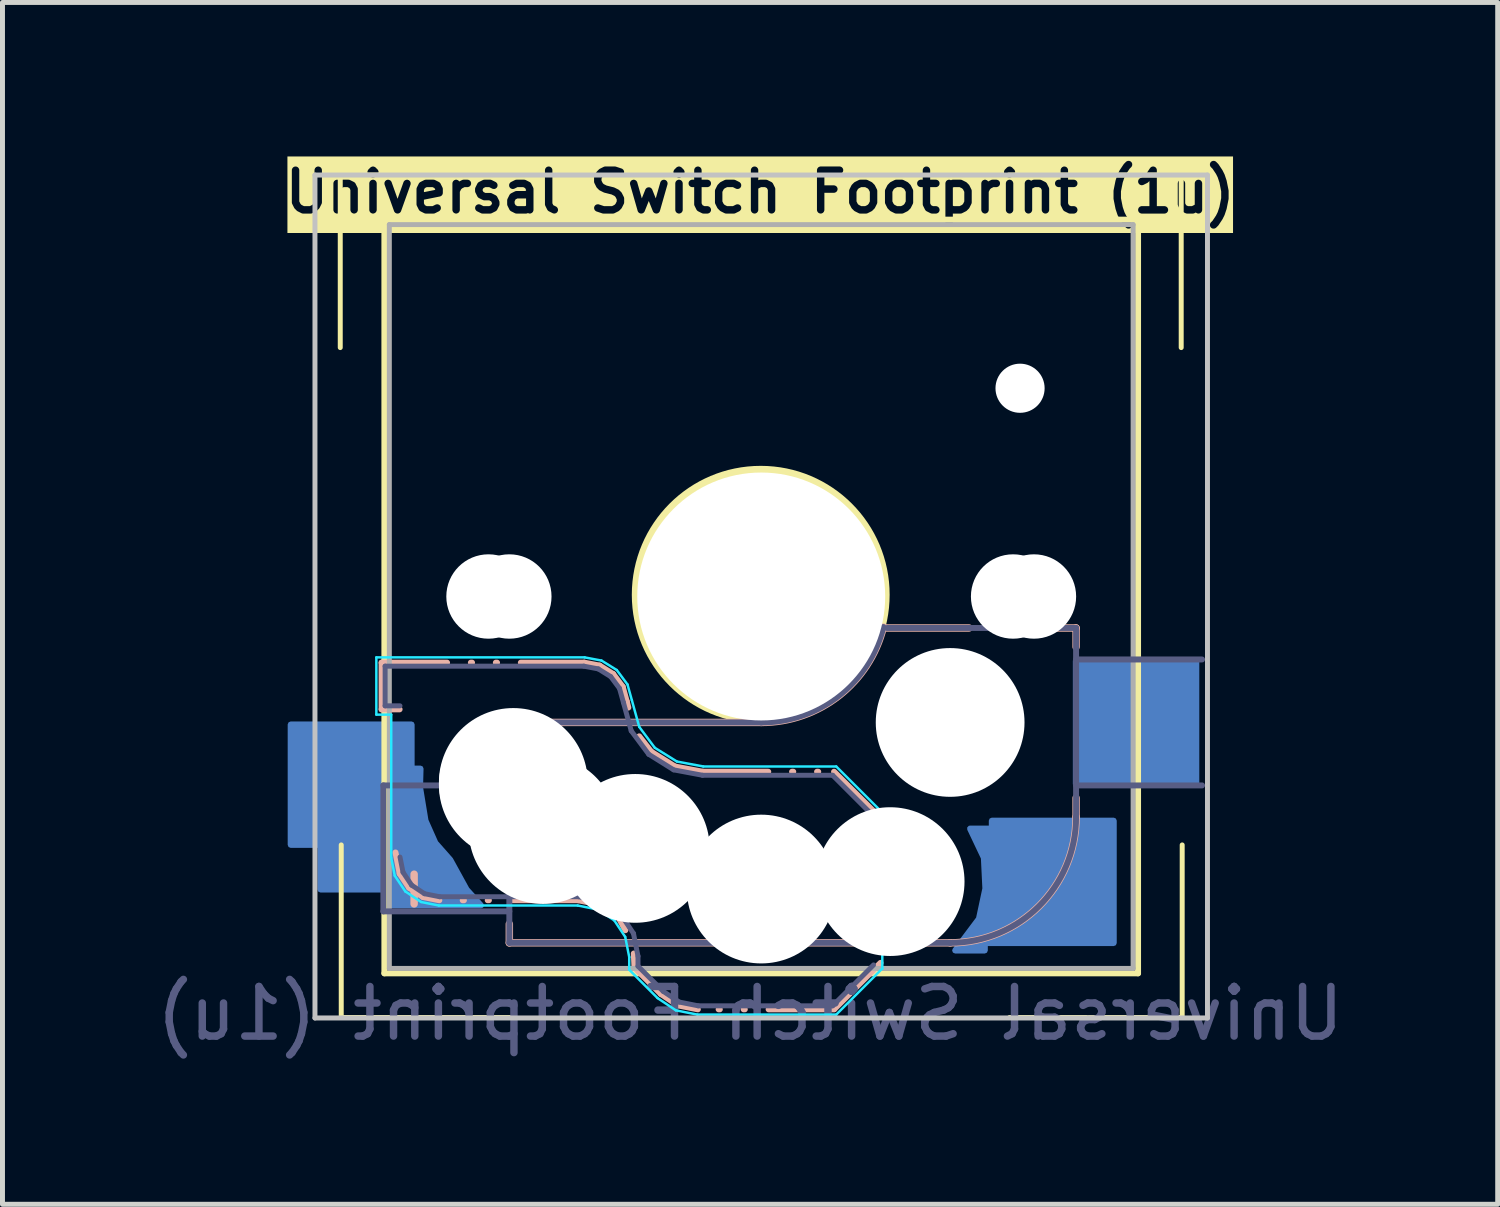
<source format=kicad_pcb>
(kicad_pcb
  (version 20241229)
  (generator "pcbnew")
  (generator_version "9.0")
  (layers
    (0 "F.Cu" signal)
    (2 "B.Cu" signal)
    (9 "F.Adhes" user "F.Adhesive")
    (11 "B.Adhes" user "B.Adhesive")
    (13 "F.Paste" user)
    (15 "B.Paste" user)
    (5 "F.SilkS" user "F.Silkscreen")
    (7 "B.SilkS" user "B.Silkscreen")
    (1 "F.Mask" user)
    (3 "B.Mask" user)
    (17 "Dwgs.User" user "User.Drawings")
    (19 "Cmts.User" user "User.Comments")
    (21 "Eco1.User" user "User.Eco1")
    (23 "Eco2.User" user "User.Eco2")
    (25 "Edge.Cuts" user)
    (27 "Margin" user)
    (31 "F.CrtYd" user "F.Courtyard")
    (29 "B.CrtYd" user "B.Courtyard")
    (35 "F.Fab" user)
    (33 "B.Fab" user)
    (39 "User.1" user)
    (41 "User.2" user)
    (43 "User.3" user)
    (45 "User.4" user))
  (footprint "Universal Switch Footprint (1u)"
    (layer "F.Cu")
    (at 12.177 8.89)
    (property "Reference" "Universal Switch Footprint (1u)" (at 0.105 -8.07 0) (unlocked yes) (layer "F.SilkS" knockout) (effects (font (size 0.8 0.8) (thickness 0.15))))
    (attr through_hole)
    (fp_line (start -8.365 -8.41) (end -4.885 -8.41) (stroke (width 0.1) (type default)) (layer "F.SilkS"))
    (fp_line (start -8.365 -4.93) (end -8.365 -8.41) (stroke (width 0.1) (type default)) (layer "F.SilkS"))
    (fp_line (start -8.345 5.1) (end -8.345 8.58) (stroke (width 0.1) (type default)) (layer "F.SilkS"))
    (fp_line (start -8.345 8.58) (end -4.865 8.58) (stroke (width 0.1) (type default)) (layer "F.SilkS"))
    (fp_line (start -7.475 -7.51) (end -7.475 7.69) (stroke (width 0.12) (type solid)) (layer "F.SilkS"))
    (fp_line (start -7.475 7.69) (end 7.725 7.69) (stroke (width 0.12) (type solid)) (layer "F.SilkS"))
    (fp_line (start 7.725 -7.51) (end -7.475 -7.51) (stroke (width 0.12) (type solid)) (layer "F.SilkS"))
    (fp_line (start 7.725 7.69) (end 7.725 -7.51) (stroke (width 0.12) (type solid)) (layer "F.SilkS"))
    (fp_line (start 8.595 -8.41) (end 5.115 -8.41) (stroke (width 0.1) (type default)) (layer "F.SilkS"))
    (fp_line (start 8.595 -4.93) (end 8.595 -8.41) (stroke (width 0.1) (type default)) (layer "F.SilkS"))
    (fp_line (start 8.615 5.1) (end 8.615 8.58) (stroke (width 0.1) (type default)) (layer "F.SilkS"))
    (fp_line (start 8.615 8.58) (end 5.135 8.58) (stroke (width 0.1) (type default)) (layer "F.SilkS"))
    (fp_circle (center 0.115 0.055) (end -1.635 -1.695) (stroke (width 0.25) (type default)) (fill no) (layer "F.SilkS"))
    (fp_line (start -7.531 1.424) (end -3.445 1.424) (stroke (width 0.12) (type dash_dot_dot)) (layer "B.SilkS"))
    (fp_line (start -7.531 2.366) (end -7.531 1.424) (stroke (width 0.12) (type dash_dot_dot)) (layer "B.SilkS"))
    (fp_line (start -7.168 2.366) (end -7.531 2.366) (stroke (width 0.12) (type dash_dot_dot)) (layer "B.SilkS"))
    (fp_line (start -7.166 5.679) (end -7.251 5.252) (stroke (width 0.12) (type dash_dot_dot)) (layer "B.SilkS"))
    (fp_line (start -6.977 5.962) (end -7.166 5.679) (stroke (width 0.12) (type dash_dot_dot)) (layer "B.SilkS"))
    (fp_line (start -6.875 5.69) (end -6.875 6.29) (stroke (width 0.15) (type solid)) (layer "B.SilkS"))
    (fp_line (start -6.694 6.151) (end -6.977 5.962) (stroke (width 0.12) (type dash_dot_dot)) (layer "B.SilkS"))
    (fp_line (start -6.367 6.216) (end -6.694 6.151) (stroke (width 0.12) (type dash_dot_dot)) (layer "B.SilkS"))
    (fp_line (start -4.955 2.63) (end 0.125 2.63) (stroke (width 0.15) (type solid)) (layer "B.SilkS"))
    (fp_line (start -4.955 3.646) (end -4.955 2.63) (stroke (width 0.15) (type solid)) (layer "B.SilkS"))
    (fp_line (start -4.955 7.075) (end -4.955 6.694) (stroke (width 0.15) (type solid)) (layer "B.SilkS"))
    (fp_line (start -3.567 6.216) (end -6.367 6.216) (stroke (width 0.12) (type dash_dot_dot)) (layer "B.SilkS"))
    (fp_line (start -3.445 1.424) (end -3.135 1.483) (stroke (width 0.12) (type dash_dot_dot)) (layer "B.SilkS"))
    (fp_line (start -3.135 1.483) (end -2.861 1.653) (stroke (width 0.12) (type dash_dot_dot)) (layer "B.SilkS"))
    (fp_line (start -3.129 6.303) (end -3.567 6.216) (stroke (width 0.12) (type dash_dot_dot)) (layer "B.SilkS"))
    (fp_line (start -2.861 1.653) (end -2.668 1.911) (stroke (width 0.12) (type dash_dot_dot)) (layer "B.SilkS"))
    (fp_line (start -2.762 6.547) (end -3.129 6.303) (stroke (width 0.12) (type dash_dot_dot)) (layer "B.SilkS"))
    (fp_line (start -2.668 1.911) (end -2.586 2.209) (stroke (width 0.12) (type dash_dot_dot)) (layer "B.SilkS"))
    (fp_line (start -2.615 6.82) (end -2.762 6.547) (stroke (width 0.12) (type dash_dot_dot)) (layer "B.SilkS"))
    (fp_line (start -2.586 2.209) (end -2.555 2.33) (stroke (width 0.12) (type dash_dot_dot)) (layer "B.SilkS"))
    (fp_line (start -2.431 7.574) (end -2.445 7.29) (stroke (width 0.12) (type dash_dot_dot)) (layer "B.SilkS"))
    (fp_line (start -2.335 2.91) (end -2.094 3.22) (stroke (width 0.12) (type dash_dot_dot)) (layer "B.SilkS"))
    (fp_line (start -2.094 3.22) (end -1.615 3.519) (stroke (width 0.12) (type dash_dot_dot)) (layer "B.SilkS"))
    (fp_line (start -1.898 8.107) (end -2.431 7.574) (stroke (width 0.12) (type dash_dot_dot)) (layer "B.SilkS"))
    (fp_line (start -1.615 3.519) (end -1.053 3.624) (stroke (width 0.12) (type dash_dot_dot)) (layer "B.SilkS"))
    (fp_line (start -1.556 8.336) (end -1.898 8.107) (stroke (width 0.12) (type dash_dot_dot)) (layer "B.SilkS"))
    (fp_line (start -1.153 8.416) (end -1.556 8.336) (stroke (width 0.12) (type dash_dot_dot)) (layer "B.SilkS"))
    (fp_line (start -1.053 3.624) (end 1.594 3.624) (stroke (width 0.12) (type dash_dot_dot)) (layer "B.SilkS"))
    (fp_line (start 1.594 3.624) (end 2.615 4.645) (stroke (width 0.12) (type dash_dot_dot)) (layer "B.SilkS"))
    (fp_line (start 1.594 8.416) (end -1.153 8.416) (stroke (width 0.12) (type dash_dot_dot)) (layer "B.SilkS"))
    (fp_line (start 2.531 7.479) (end 1.594 8.416) (stroke (width 0.12) (type dash_dot_dot)) (layer "B.SilkS"))
    (fp_line (start 2.589 0.725) (end 4.316 0.725) (stroke (width 0.15) (type solid)) (layer "B.SilkS"))
    (fp_line (start 3.935 7.075) (end -4.955 7.075) (stroke (width 0.15) (type solid)) (layer "B.SilkS"))
    (fp_line (start 6.094 0.725) (end 6.475 0.725) (stroke (width 0.15) (type solid)) (layer "B.SilkS"))
    (fp_line (start 6.475 1.106) (end 6.475 0.725) (stroke (width 0.15) (type solid)) (layer "B.SilkS"))
    (fp_line (start 6.475 4.535) (end 6.475 4.154) (stroke (width 0.15) (type solid)) (layer "B.SilkS"))
    (fp_arc (start 2.589162 0.705984) (mid 1.688147 2.091986) (end 0.125 2.629944) (stroke (width 0.15) (type solid)) (layer "B.SilkS"))
    (fp_arc (start 6.475 4.534944) (mid 5.731051 6.330995) (end 3.935 7.074944) (stroke (width 0.15) (type solid)) (layer "B.SilkS"))
    (fp_line (start -8.875 -8.41) (end -8.875 8.59) (stroke (width 0.1) (type solid)) (layer "Dwgs.User"))
    (fp_line (start -8.875 8.59) (end 9.125 8.59) (stroke (width 0.1) (type solid)) (layer "Dwgs.User"))
    (fp_line (start 9.125 -8.41) (end -8.875 -8.41) (stroke (width 0.1) (type solid)) (layer "Dwgs.User"))
    (fp_line (start 9.125 8.59) (end 9.125 -8.41) (stroke (width 0.1) (type solid)) (layer "Dwgs.User"))
    (fp_line (start -6.875 -6.91) (end -6.875 7.09) (stroke (width 0.12) (type solid)) (layer "Eco2.User"))
    (fp_line (start -6.875 7.09) (end 7.125 7.09) (stroke (width 0.12) (type solid)) (layer "Eco2.User"))
    (fp_line (start 7.125 -6.91) (end -6.875 -6.91) (stroke (width 0.12) (type solid)) (layer "Eco2.User"))
    (fp_line (start 7.125 7.09) (end 7.125 -6.91) (stroke (width 0.12) (type solid)) (layer "Eco2.User"))
    (fp_line (start -7.637 1.318) (end -3.435 1.318) (stroke (width 0.05) (type solid)) (layer "B.CrtYd"))
    (fp_line (start -7.637 2.472) (end -7.637 1.318) (stroke (width 0.05) (type solid)) (layer "B.CrtYd"))
    (fp_line (start -7.337 2.472) (end -7.637 2.472) (stroke (width 0.05) (type solid)) (layer "B.CrtYd"))
    (fp_line (start -7.337 5.362) (end -7.337 2.472) (stroke (width 0.05) (type solid)) (layer "B.CrtYd"))
    (fp_line (start -7.266 5.72) (end -7.337 5.362) (stroke (width 0.05) (type solid)) (layer "B.CrtYd"))
    (fp_line (start -7.053 6.038) (end -7.266 5.72) (stroke (width 0.05) (type solid)) (layer "B.CrtYd"))
    (fp_line (start -6.735 6.251) (end -7.053 6.038) (stroke (width 0.05) (type solid)) (layer "B.CrtYd"))
    (fp_line (start -6.377 6.322) (end -6.735 6.251) (stroke (width 0.05) (type solid)) (layer "B.CrtYd"))
    (fp_line (start -3.577 6.322) (end -6.377 6.322) (stroke (width 0.05) (type solid)) (layer "B.CrtYd"))
    (fp_line (start -3.435 1.318) (end -3.096 1.382) (stroke (width 0.05) (type solid)) (layer "B.CrtYd"))
    (fp_line (start -3.17 6.403) (end -3.577 6.322) (stroke (width 0.05) (type solid)) (layer "B.CrtYd"))
    (fp_line (start -3.096 1.382) (end -2.788 1.573) (stroke (width 0.05) (type solid)) (layer "B.CrtYd"))
    (fp_line (start -2.838 6.623) (end -3.17 6.403) (stroke (width 0.05) (type solid)) (layer "B.CrtYd"))
    (fp_line (start -2.788 1.573) (end -2.572 1.864) (stroke (width 0.05) (type solid)) (layer "B.CrtYd"))
    (fp_line (start -2.618 6.955) (end -2.838 6.623) (stroke (width 0.05) (type solid)) (layer "B.CrtYd"))
    (fp_line (start -2.572 1.864) (end -2.484 2.181) (stroke (width 0.05) (type solid)) (layer "B.CrtYd"))
    (fp_line (start -2.537 7.362) (end -2.618 6.955) (stroke (width 0.05) (type solid)) (layer "B.CrtYd"))
    (fp_line (start -2.537 7.618) (end -2.537 7.362) (stroke (width 0.05) (type solid)) (layer "B.CrtYd"))
    (fp_line (start -2.484 2.181) (end -2.335 2.72) (stroke (width 0.05) (type solid)) (layer "B.CrtYd"))
    (fp_line (start -2.335 2.72) (end -2.021 3.141) (stroke (width 0.05) (type solid)) (layer "B.CrtYd"))
    (fp_line (start -2.021 3.141) (end -1.576 3.418) (stroke (width 0.05) (type solid)) (layer "B.CrtYd"))
    (fp_line (start -1.966 8.189) (end -2.537 7.618) (stroke (width 0.05) (type solid)) (layer "B.CrtYd"))
    (fp_line (start -1.597 8.436) (end -1.966 8.189) (stroke (width 0.05) (type solid)) (layer "B.CrtYd"))
    (fp_line (start -1.576 3.418) (end -1.044 3.518) (stroke (width 0.05) (type solid)) (layer "B.CrtYd"))
    (fp_line (start -1.163 8.522) (end -1.597 8.436) (stroke (width 0.05) (type solid)) (layer "B.CrtYd"))
    (fp_line (start -1.044 3.518) (end 1.638 3.518) (stroke (width 0.05) (type solid)) (layer "B.CrtYd"))
    (fp_line (start 1.638 3.518) (end 2.567 4.447) (stroke (width 0.05) (type solid)) (layer "B.CrtYd"))
    (fp_line (start 1.638 8.522) (end -1.163 8.522) (stroke (width 0.05) (type solid)) (layer "B.CrtYd"))
    (fp_line (start 2.567 4.447) (end 2.567 7.593) (stroke (width 0.05) (type solid)) (layer "B.CrtYd"))
    (fp_line (start 2.567 7.593) (end 1.638 8.522) (stroke (width 0.05) (type solid)) (layer "B.CrtYd"))
    (fp_line (start -7.495 3.9) (end -4.955 3.9) (stroke (width 0.12) (type solid)) (layer "B.Fab"))
    (fp_line (start -7.495 6.44) (end -7.495 3.9) (stroke (width 0.12) (type solid)) (layer "B.Fab"))
    (fp_line (start -7.46 1.495) (end -3.452 1.495) (stroke (width 0.1) (type solid)) (layer "B.Fab"))
    (fp_line (start -7.46 2.295) (end -7.46 1.495) (stroke (width 0.1) (type solid)) (layer "B.Fab"))
    (fp_line (start -7.16 2.295) (end -7.46 2.295) (stroke (width 0.1) (type solid)) (layer "B.Fab"))
    (fp_line (start -7.099 5.651) (end -7.16 5.345) (stroke (width 0.1) (type solid)) (layer "B.Fab"))
    (fp_line (start -6.926 5.911) (end -7.099 5.651) (stroke (width 0.1) (type solid)) (layer "B.Fab"))
    (fp_line (start -6.666 6.084) (end -6.926 5.911) (stroke (width 0.1) (type solid)) (layer "B.Fab"))
    (fp_line (start -6.36 6.145) (end -6.666 6.084) (stroke (width 0.1) (type solid)) (layer "B.Fab"))
    (fp_line (start -4.955 2.63) (end 0.125 2.63) (stroke (width 0.12) (type solid)) (layer "B.Fab"))
    (fp_line (start -4.955 6.44) (end -7.495 6.44) (stroke (width 0.12) (type solid)) (layer "B.Fab"))
    (fp_line (start -4.955 7.075) (end -4.955 2.63) (stroke (width 0.12) (type solid)) (layer "B.Fab"))
    (fp_line (start -3.56 6.145) (end -6.36 6.145) (stroke (width 0.1) (type solid)) (layer "B.Fab"))
    (fp_line (start -3.452 1.495) (end -3.161 1.55) (stroke (width 0.1) (type solid)) (layer "B.Fab"))
    (fp_line (start -3.161 1.55) (end -2.91 1.706) (stroke (width 0.1) (type solid)) (layer "B.Fab"))
    (fp_line (start -3.101 6.236) (end -3.56 6.145) (stroke (width 0.1) (type solid)) (layer "B.Fab"))
    (fp_line (start -2.91 1.706) (end -2.733 1.943) (stroke (width 0.1) (type solid)) (layer "B.Fab"))
    (fp_line (start -2.733 1.943) (end -2.654 2.228) (stroke (width 0.1) (type solid)) (layer "B.Fab"))
    (fp_line (start -2.711 6.496) (end -3.101 6.236) (stroke (width 0.1) (type solid)) (layer "B.Fab"))
    (fp_line (start -2.654 2.228) (end -2.497 2.799) (stroke (width 0.1) (type solid)) (layer "B.Fab"))
    (fp_line (start -2.497 2.799) (end -2.143 3.273) (stroke (width 0.1) (type solid)) (layer "B.Fab"))
    (fp_line (start -2.451 6.886) (end -2.711 6.496) (stroke (width 0.1) (type solid)) (layer "B.Fab"))
    (fp_line (start -2.36 7.345) (end -2.451 6.886) (stroke (width 0.1) (type solid)) (layer "B.Fab"))
    (fp_line (start -2.36 7.545) (end -2.36 7.345) (stroke (width 0.1) (type solid)) (layer "B.Fab"))
    (fp_line (start -2.143 3.273) (end -1.641 3.586) (stroke (width 0.1) (type solid)) (layer "B.Fab"))
    (fp_line (start -1.853 8.052) (end -2.36 7.545) (stroke (width 0.1) (type solid)) (layer "B.Fab"))
    (fp_line (start -1.641 3.586) (end -1.06 3.695) (stroke (width 0.1) (type solid)) (layer "B.Fab"))
    (fp_line (start -1.528 8.269) (end -1.853 8.052) (stroke (width 0.1) (type solid)) (layer "B.Fab"))
    (fp_line (start -1.146 8.345) (end -1.528 8.269) (stroke (width 0.1) (type solid)) (layer "B.Fab"))
    (fp_line (start -1.06 3.695) (end 1.565 3.695) (stroke (width 0.1) (type solid)) (layer "B.Fab"))
    (fp_line (start 1.565 3.695) (end 2.39 4.52) (stroke (width 0.1) (type solid)) (layer "B.Fab"))
    (fp_line (start 1.565 8.345) (end -1.146 8.345) (stroke (width 0.1) (type solid)) (layer "B.Fab"))
    (fp_line (start 2.39 7.52) (end 1.565 8.345) (stroke (width 0.1) (type solid)) (layer "B.Fab"))
    (fp_line (start 3.935 7.075) (end -4.955 7.075) (stroke (width 0.12) (type solid)) (layer "B.Fab"))
    (fp_line (start 6.475 0.725) (end 2.665 0.725) (stroke (width 0.12) (type solid)) (layer "B.Fab"))
    (fp_line (start 6.475 0.725) (end 6.475 4.535) (stroke (width 0.12) (type solid)) (layer "B.Fab"))
    (fp_line (start 6.475 1.36) (end 9.015 1.36) (stroke (width 0.12) (type solid)) (layer "B.Fab"))
    (fp_line (start 9.015 3.9) (end 6.475 3.9) (stroke (width 0.12) (type solid)) (layer "B.Fab"))
    (fp_arc (start 2.589162 0.705984) (mid 1.688147 2.091986) (end 0.125 2.629944) (stroke (width 0.12) (type solid)) (layer "B.Fab"))
    (fp_arc (start 6.475 4.534944) (mid 5.731051 6.330995) (end 3.935 7.074944) (stroke (width 0.12) (type solid)) (layer "B.Fab"))
    (fp_line (start -7.375 -7.41) (end -7.375 7.59) (stroke (width 0.1) (type solid)) (layer "F.Fab"))
    (fp_line (start -7.375 7.59) (end 7.625 7.59) (stroke (width 0.1) (type solid)) (layer "F.Fab"))
    (fp_line (start 7.625 -7.41) (end -7.375 -7.41) (stroke (width 0.1) (type solid)) (layer "F.Fab"))
    (fp_line (start 7.625 7.59) (end 7.625 -7.41) (stroke (width 0.1) (type solid)) (layer "F.Fab"))
    (fp_text user "${REFERENCE}" (at -0.1 8.5 180) (layer "B.Fab") (effects (font (size 1 1) (thickness 0.15)) (justify mirror)))
    (pad "" np_thru_hole circle (at -5.375 0.09) (size 1.702 1.702) (drill 1.702) (layers "*.Cu" "*.Mask"))
    (pad "" np_thru_hole circle (at -4.955 0.09 180) (size 1.702 1.702) (drill 1.702) (layers "*.Cu" "*.Mask"))
    (pad "" np_thru_hole circle (at -4.875 3.84) (size 3 3) (drill 3) (layers "*.Cu" "*.Mask"))
    (pad "" np_thru_hole circle (at -4.875 3.89) (size 3 3) (drill 3) (layers "*.Cu" "*.Mask"))
    (pad "" np_thru_hole circle (at -4.275 4.79) (size 3 3) (drill 3) (layers "*.Cu" "*.Mask"))
    (pad "" np_thru_hole circle (at -2.415 5.17 180) (size 3 3) (drill 3) (layers "*.Cu" "*.Mask"))
    (pad "" np_thru_hole circle (at 0.125 0.09) (size 5 5) (drill 5.05) (layers "*.Cu" "*.Mask"))
    (pad "" np_thru_hole circle (at 0.125 5.99) (size 3 3) (drill 3) (layers "*.Cu" "*.Mask"))
    (pad "" np_thru_hole circle (at 2.725 5.84) (size 3 3) (drill 3) (layers "*.Cu" "*.Mask"))
    (pad "" np_thru_hole circle (at 3.935 2.63 180) (size 3 3) (drill 3) (layers "*.Cu" "*.Mask"))
    (pad "" np_thru_hole circle (at 5.205 0.09 180) (size 1.702 1.702) (drill 1.702) (layers "*.Cu" "*.Mask"))
    (pad "" np_thru_hole circle (at 5.345 -4.11) (size 0.991 0.991) (drill 0.991) (layers "*.Cu" "*.Mask"))
    (pad "" np_thru_hole circle (at 5.625 0.09) (size 1.702 1.702) (drill 1.702) (layers "*.Cu" "*.Mask"))
    (pad "1" smd custom (at -7.955 3.81 180) (size 1.403 1.309) (layers "B.Cu" "B.Mask" "B.Paste") (options (anchor rect)) (primitives (gr_poly (pts (xy -2.43 -2.51) (xy -0.58 -2.51) (xy -0.58 -2.19) (xy 0.81 -2.19) (xy 0.81 -1.29) (xy 1.41 -1.29) (xy 1.41 1.14) (xy -1.03 1.14) (xy -1.03 0.25) (xy -1.21 0.25) (xy -1.2 -0.13) (xy -1.31 -0.8) (xy -1.51 -1.25) (xy -1.81 -1.59) (xy -2.14 -2.19)) (width 0.12) (fill yes))))
    (pad "2" smd custom (at 5.845 5.84) (size 1.25 1.21) (layers "B.Cu" "B.Mask" "B.Paste") (options (anchor rect)) (primitives (gr_poly (pts (xy -1.51 -1.07) (xy -1.07 -1.07) (xy -1.07 -1.23) (xy 1.39 -1.23) (xy 1.39 1.24) (xy -1.21 1.24) (xy -1.21 1.39) (xy -1.81 1.39) (xy -1.33 0.75) (xy -1.2 0.14) (xy -1.23 -0.48)) (width 0.12) (fill yes))))
    (pad "2" smd rect (at 7.685 2.63 180) (size 2.55 2.5) (layers "B.Cu" "B.Mask" "B.Paste")))
  (gr_rect
    (start -3 -3)
    (end 27.155 21.238)
    (stroke (width 0.1) (type default))
    (fill no)
    (layer "Edge.Cuts")))
</source>
